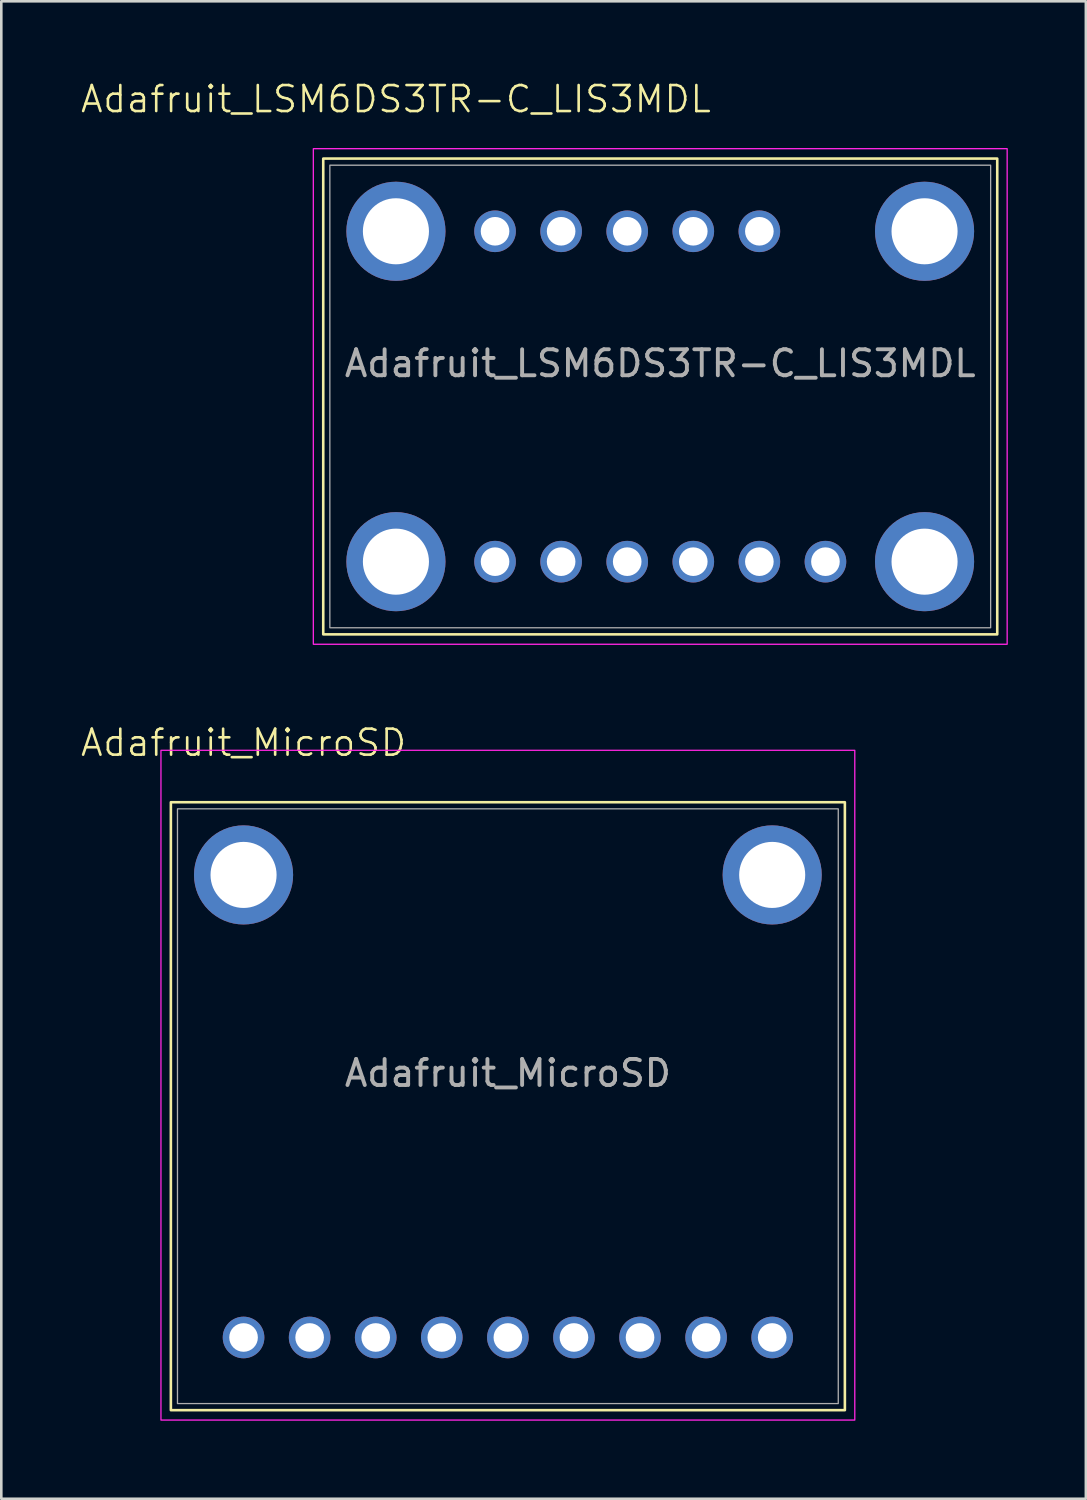
<source format=kicad_pcb>
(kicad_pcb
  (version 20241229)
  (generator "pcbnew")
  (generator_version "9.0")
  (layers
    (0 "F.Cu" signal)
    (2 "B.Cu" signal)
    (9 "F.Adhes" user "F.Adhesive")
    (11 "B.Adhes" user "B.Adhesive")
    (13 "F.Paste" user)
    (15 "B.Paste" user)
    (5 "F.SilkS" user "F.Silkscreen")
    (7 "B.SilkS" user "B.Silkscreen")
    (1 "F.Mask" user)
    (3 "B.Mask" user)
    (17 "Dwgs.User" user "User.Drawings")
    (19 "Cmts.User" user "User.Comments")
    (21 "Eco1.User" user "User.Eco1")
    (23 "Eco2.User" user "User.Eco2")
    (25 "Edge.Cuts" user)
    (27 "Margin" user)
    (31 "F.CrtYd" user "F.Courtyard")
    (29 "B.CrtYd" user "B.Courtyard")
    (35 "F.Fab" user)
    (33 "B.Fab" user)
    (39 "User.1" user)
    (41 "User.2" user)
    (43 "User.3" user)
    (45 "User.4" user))
  (footprint "Adafruit_LSM6DS3TR-C_LIS3MDL"
    (layer "F.Cu")
    (at 9.629 3.3)
    (property "Reference" "Adafruit_LSM6DS3TR-C_LIS3MDL" (at 2.54 -2.54 0) (unlocked yes) (layer "F.SilkS") (effects (font (size 1 1) (thickness 0.1))))
    (attr through_hole)
    (fp_rect (start -0.254 -0.254) (end 25.654 18.034) (stroke (width 0.1) (type default)) (fill no) (layer "F.SilkS"))
    (fp_rect (start -0.635 -0.635) (end 26.035 18.415) (stroke (width 0.05) (type default)) (fill no) (layer "F.CrtYd"))
    (fp_rect (start 0 0) (end 25.4 17.78) (stroke (width 0.05) (type default)) (fill no) (layer "F.Fab"))
    (fp_text user "${REFERENCE}" (at 12.7 7.62 0) (unlocked yes) (layer "F.Fab") (effects (font (size 1 1) (thickness 0.15))))
    (pad "1" thru_hole circle (at 6.35 15.24) (size 1.6 1.6) (drill 1.1) (layers "*.Cu" "*.Mask"))
    (pad "2" thru_hole circle (at 8.89 15.24) (size 1.6 1.6) (drill 1.1) (layers "*.Cu" "*.Mask"))
    (pad "3" thru_hole circle (at 11.43 15.24) (size 1.6 1.6) (drill 1.1) (layers "*.Cu" "*.Mask"))
    (pad "4" thru_hole circle (at 13.97 15.24) (size 1.6 1.6) (drill 1.1) (layers "*.Cu" "*.Mask"))
    (pad "5" thru_hole circle (at 16.51 15.24) (size 1.6 1.6) (drill 1.1) (layers "*.Cu" "*.Mask"))
    (pad "6" thru_hole circle (at 19.05 15.24) (size 1.6 1.6) (drill 1.1) (layers "*.Cu" "*.Mask"))
    (pad "7" thru_hole circle (at 6.35 2.54) (size 1.6 1.6) (drill 1.1) (layers "*.Cu" "*.Mask"))
    (pad "8" thru_hole circle (at 8.89 2.54) (size 1.6 1.6) (drill 1.1) (layers "*.Cu" "*.Mask"))
    (pad "9" thru_hole circle (at 11.43 2.54) (size 1.6 1.6) (drill 1.1) (layers "*.Cu" "*.Mask"))
    (pad "10" thru_hole circle (at 13.97 2.54) (size 1.6 1.6) (drill 1.1) (layers "*.Cu" "*.Mask"))
    (pad "11" thru_hole circle (at 16.51 2.54) (size 1.6 1.6) (drill 1.1) (layers "*.Cu" "*.Mask"))
    (pad "MH1" thru_hole circle (at 2.54 2.54) (size 3.81 3.81) (drill 2.54) (layers "*.Cu" "*.Mask"))
    (pad "MH2" thru_hole circle (at 22.86 2.54) (size 3.81 3.81) (drill 2.54) (layers "*.Cu" "*.Mask"))
    (pad "MH3" thru_hole circle (at 22.86 15.24) (size 3.81 3.81) (drill 2.54) (layers "*.Cu" "*.Mask"))
    (pad "MH4" thru_hole circle (at 2.54 15.24) (size 3.81 3.81) (drill 2.54) (layers "*.Cu" "*.Mask")))
  (footprint "Adafruit_MicroSD"
    (layer "F.Cu")
    (at 3.772 28.041)
    (property "Reference" "Adafruit_MicroSD" (at 2.54 -2.54 0) (unlocked yes) (layer "F.SilkS") (effects (font (size 1 1) (thickness 0.1))))
    (attr through_hole)
    (fp_rect (start -0.254 -0.254) (end 25.654 23.114) (stroke (width 0.1) (type default)) (fill no) (layer "F.SilkS"))
    (fp_rect (start -0.635 -2.25) (end 26.035 23.495) (stroke (width 0.05) (type default)) (fill no) (layer "F.CrtYd"))
    (fp_rect (start 0 0) (end 25.4 22.86) (stroke (width 0.05) (type default)) (fill no) (layer "F.Fab"))
    (fp_text user "${REFERENCE}" (at 12.7 10.16 0) (unlocked yes) (layer "F.Fab") (effects (font (size 1 1) (thickness 0.15))))
    (pad "1" thru_hole circle (at 2.54 20.32) (size 1.6 1.6) (drill 1.1) (layers "*.Cu" "*.Mask"))
    (pad "2" thru_hole circle (at 5.08 20.32) (size 1.6 1.6) (drill 1.1) (layers "*.Cu" "*.Mask"))
    (pad "3" thru_hole circle (at 7.62 20.32) (size 1.6 1.6) (drill 1.1) (layers "*.Cu" "*.Mask"))
    (pad "4" thru_hole circle (at 10.16 20.32) (size 1.6 1.6) (drill 1.1) (layers "*.Cu" "*.Mask"))
    (pad "5" thru_hole circle (at 12.7 20.32) (size 1.6 1.6) (drill 1.1) (layers "*.Cu" "*.Mask"))
    (pad "6" thru_hole circle (at 15.24 20.32) (size 1.6 1.6) (drill 1.1) (layers "*.Cu" "*.Mask"))
    (pad "7" thru_hole circle (at 17.78 20.32) (size 1.6 1.6) (drill 1.1) (layers "*.Cu" "*.Mask"))
    (pad "8" thru_hole circle (at 20.32 20.32) (size 1.6 1.6) (drill 1.1) (layers "*.Cu" "*.Mask"))
    (pad "9" thru_hole circle (at 22.86 20.32) (size 1.6 1.6) (drill 1.1) (layers "*.Cu" "*.Mask"))
    (pad "MT1" thru_hole circle (at 2.54 2.54) (size 3.81 3.81) (drill 2.54) (layers "*.Cu" "*.Mask"))
    (pad "MT2" thru_hole circle (at 22.86 2.54) (size 3.81 3.81) (drill 2.54) (layers "*.Cu" "*.Mask")))
  (gr_rect
    (start -3 -3)
    (end 38.689 54.561)
    (stroke (width 0.1) (type default))
    (fill no)
    (layer "Edge.Cuts")))
</source>
